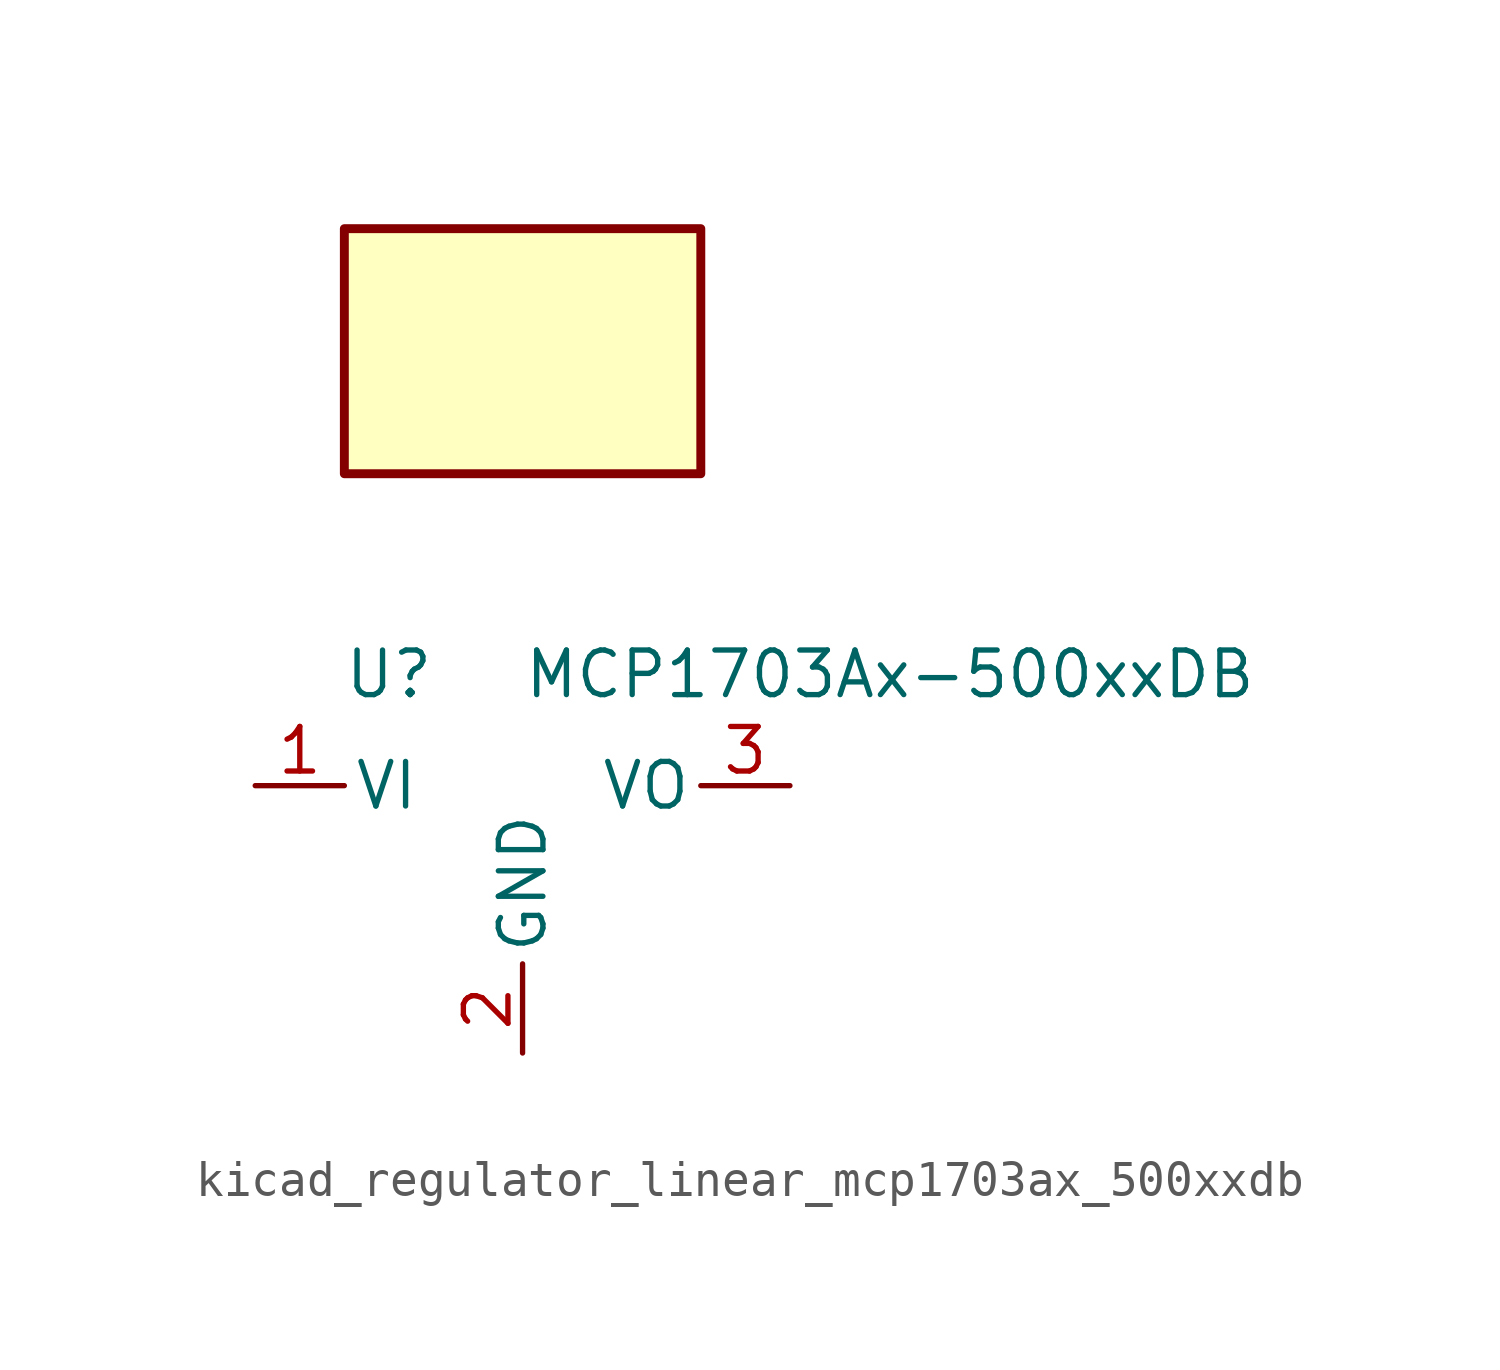
<source format=kicad_sym>
(kicad_symbol_lib
  (version 20220914)
  (generator kicad_symbol_editor)
  (symbol "kicad_regulator_linear_mcp1703ax_500xxdb"
    (pin_names
      (offset 0.254))
    (property "Reference" "U"
      (at -3.81 3.175 0)
      (effects (font (size 1.27 1.27))))
    (property "Value" "MCP1703Ax-500xxDB"
      (at 0 3.175 0)
      (effects (font (size 1.27 1.27)) (justify left)))
    (symbol "kicad_regulator_linear_mcp1703ax_500xxdb_0_1"
      (rectangle (start 5.08 15.875) (end -5.08 8.89) (stroke (width 0.254) (type default)) (fill (type background))))
    (symbol "kicad_regulator_linear_mcp1703ax_500xxdb_1_1"
      (pin power_in line (at -7.62 0 0) (length 2.54) (name "VI" (effects (font (size 1.27 1.27)))) (number "1" (effects (font (size 1.27 1.27)))))
      (pin power_in line (at 0 -7.62 90) (length 2.54) (name "GND" (effects (font (size 1.27 1.27)))) (number "2" (effects (font (size 1.27 1.27)))))
      (pin power_out line (at 7.62 0 180) (length 2.54) (name "VO" (effects (font (size 1.27 1.27)))) (number "3" (effects (font (size 1.27 1.27))))))))
</source>
